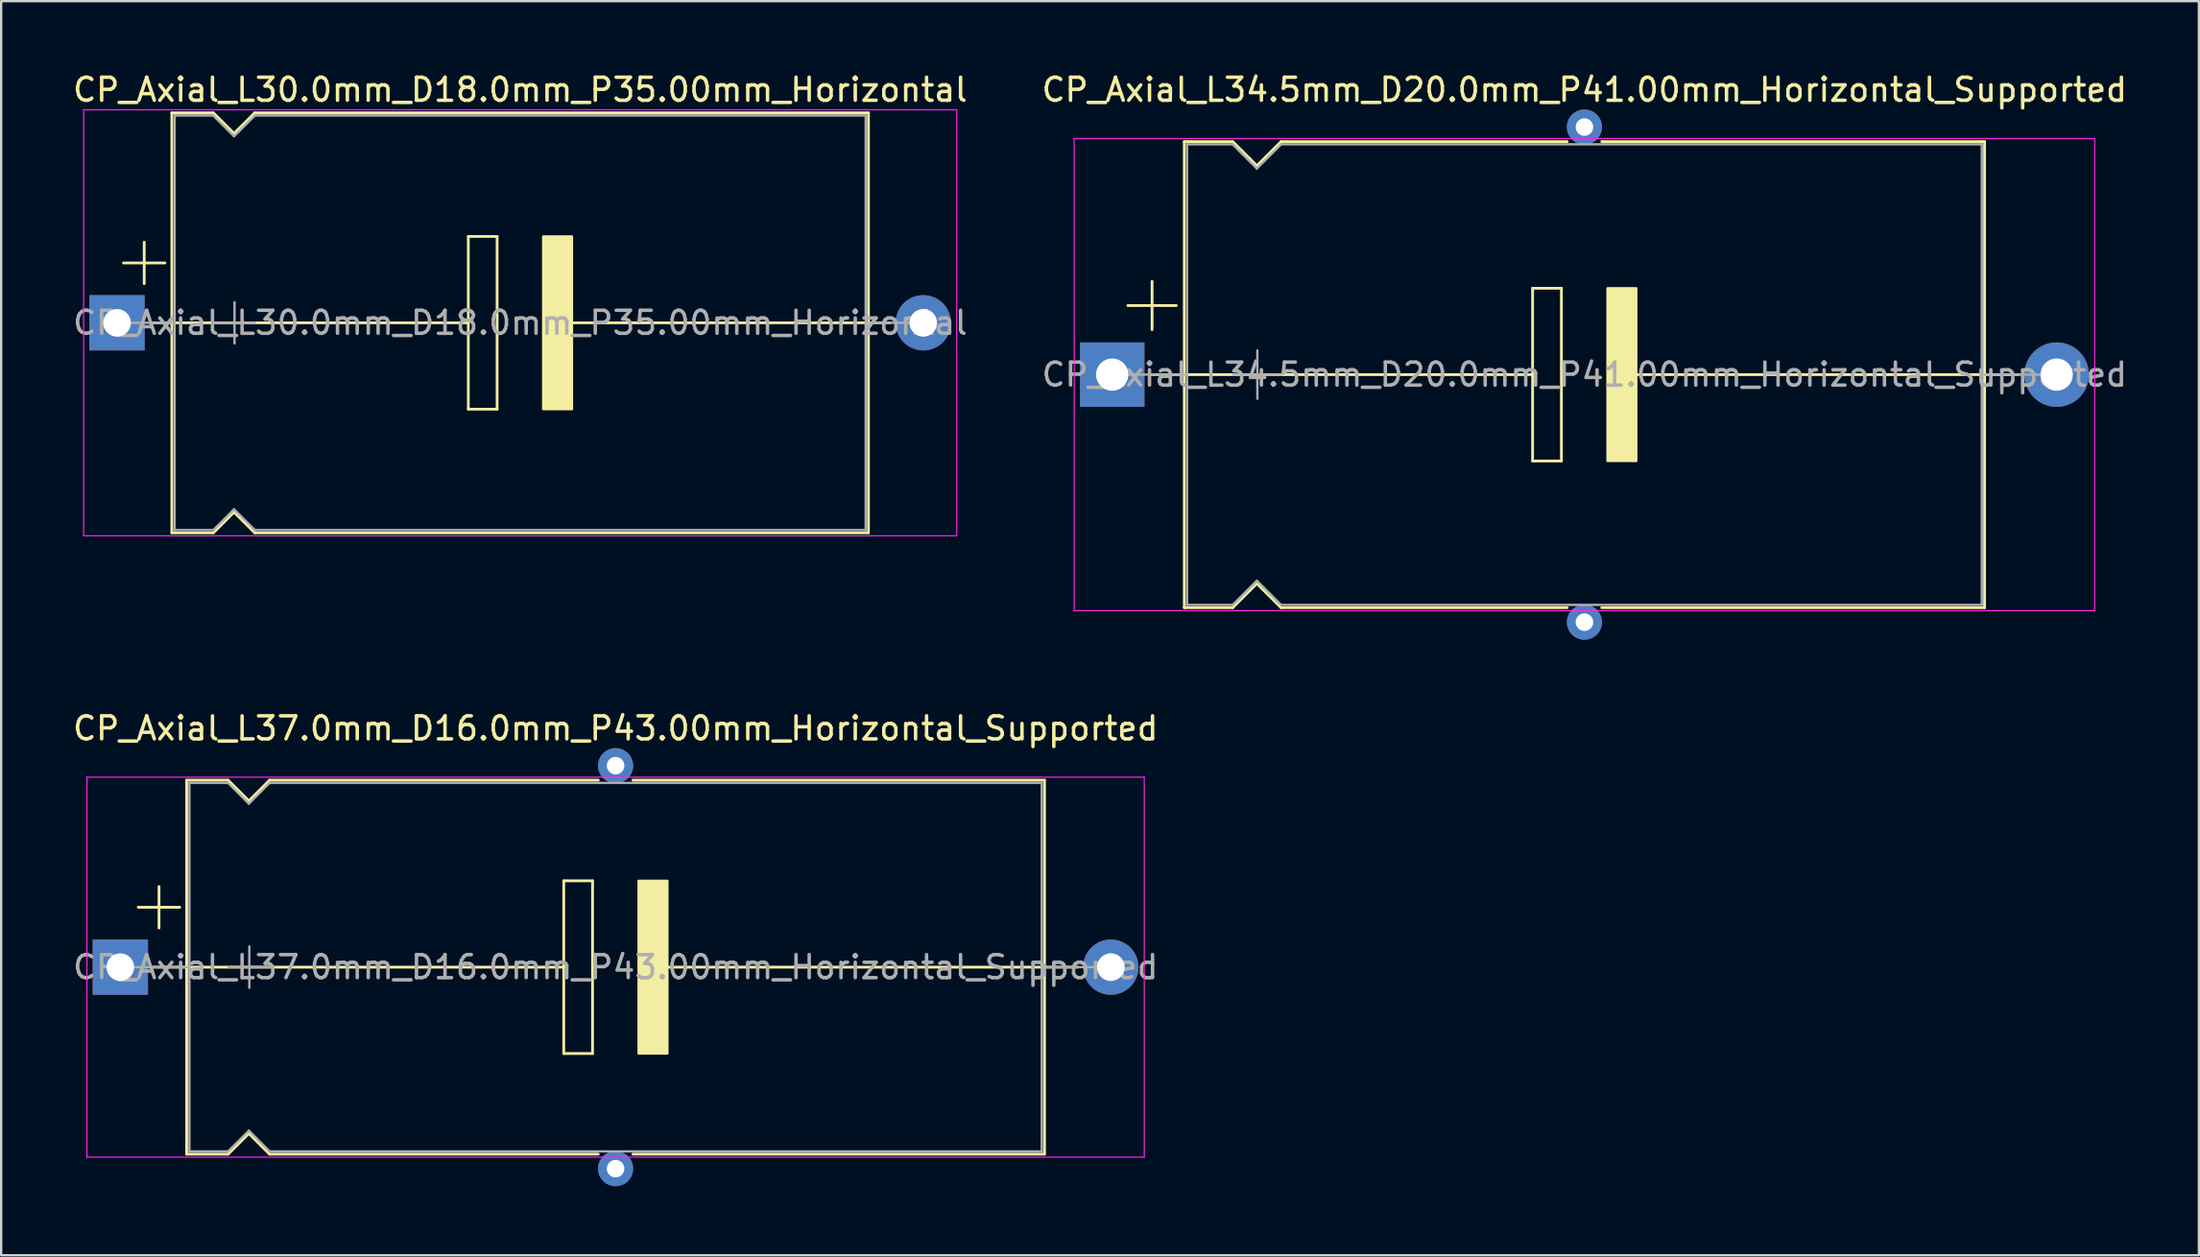
<source format=kicad_pcb>
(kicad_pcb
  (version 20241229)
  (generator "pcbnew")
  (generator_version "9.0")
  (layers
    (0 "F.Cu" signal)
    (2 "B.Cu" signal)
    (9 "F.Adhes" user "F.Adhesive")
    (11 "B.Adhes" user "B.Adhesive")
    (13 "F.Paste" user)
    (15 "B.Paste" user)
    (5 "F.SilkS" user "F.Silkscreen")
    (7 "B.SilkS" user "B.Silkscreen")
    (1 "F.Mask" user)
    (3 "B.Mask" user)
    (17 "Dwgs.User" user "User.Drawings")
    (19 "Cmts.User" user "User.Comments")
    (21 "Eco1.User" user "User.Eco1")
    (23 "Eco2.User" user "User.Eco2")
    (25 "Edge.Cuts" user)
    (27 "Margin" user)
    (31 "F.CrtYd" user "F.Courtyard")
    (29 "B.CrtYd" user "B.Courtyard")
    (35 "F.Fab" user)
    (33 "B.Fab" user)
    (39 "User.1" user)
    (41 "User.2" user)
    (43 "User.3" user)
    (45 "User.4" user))
  (footprint "CP_Axial_L34.5mm_D20.0mm_P41.00mm_Horizontal_Supported"
    (layer "F.Cu")
    (at 45.232 13.218)
    (property "Reference" "CP_Axial_L34.5mm_D20.0mm_P41.00mm_Horizontal_Supported" (at 20.5 -12.37 0) (layer "F.SilkS") (effects (font (size 1 1) (thickness 0.15))))
    (attr through_hole)
    (fp_line (start 0.68 -3) (end 2.78 -3) (stroke (width 0.12) (type solid)) (layer "F.SilkS"))
    (fp_line (start 1.64 0) (end 3.13 0) (stroke (width 0.12) (type solid)) (layer "F.SilkS"))
    (fp_line (start 1.73 -4.05) (end 1.73 -1.95) (stroke (width 0.12) (type solid)) (layer "F.SilkS"))
    (fp_line (start 3.13 -10.12) (end 3.13 10.12) (stroke (width 0.12) (type solid)) (layer "F.SilkS"))
    (fp_line (start 3.13 -10.12) (end 5.23 -10.12) (stroke (width 0.12) (type solid)) (layer "F.SilkS"))
    (fp_line (start 3.13 0) (end 18.25 0) (stroke (width 0.12) (type solid)) (layer "F.SilkS"))
    (fp_line (start 3.13 10.12) (end 5.23 10.12) (stroke (width 0.12) (type solid)) (layer "F.SilkS"))
    (fp_line (start 5.23 -10.12) (end 6.28 -9.07) (stroke (width 0.12) (type solid)) (layer "F.SilkS"))
    (fp_line (start 5.23 10.12) (end 6.28 9.07) (stroke (width 0.12) (type solid)) (layer "F.SilkS"))
    (fp_line (start 6.28 -9.07) (end 7.33 -10.12) (stroke (width 0.12) (type solid)) (layer "F.SilkS"))
    (fp_line (start 6.28 9.07) (end 7.33 10.12) (stroke (width 0.12) (type solid)) (layer "F.SilkS"))
    (fp_line (start 7.33 -10.12) (end 19.75 -10.12) (stroke (width 0.12) (type solid)) (layer "F.SilkS"))
    (fp_line (start 7.33 10.12) (end 19.75 10.12) (stroke (width 0.12) (type solid)) (layer "F.SilkS"))
    (fp_line (start 18.25 -3.75) (end 19.5 -3.75) (stroke (width 0.12) (type solid)) (layer "F.SilkS"))
    (fp_line (start 18.25 0) (end 18.25 -3.75) (stroke (width 0.12) (type solid)) (layer "F.SilkS"))
    (fp_line (start 18.25 3.75) (end 18.25 0) (stroke (width 0.12) (type solid)) (layer "F.SilkS"))
    (fp_line (start 19.5 -3.75) (end 19.5 3.75) (stroke (width 0.12) (type solid)) (layer "F.SilkS"))
    (fp_line (start 19.5 3.75) (end 18.25 3.75) (stroke (width 0.12) (type solid)) (layer "F.SilkS"))
    (fp_line (start 21.25 -10.12) (end 37.87 -10.12) (stroke (width 0.12) (type solid)) (layer "F.SilkS"))
    (fp_line (start 21.25 10.12) (end 37.87 10.12) (stroke (width 0.12) (type solid)) (layer "F.SilkS"))
    (fp_line (start 22.75 0) (end 37.87 0) (stroke (width 0.12) (type solid)) (layer "F.SilkS"))
    (fp_line (start 37.87 -10.12) (end 37.87 10.12) (stroke (width 0.12) (type solid)) (layer "F.SilkS"))
    (fp_line (start 39.36 0) (end 37.87 0) (stroke (width 0.12) (type solid)) (layer "F.SilkS"))
    (fp_poly (pts (xy 22.75 3.75) (xy 21.5 3.75) (xy 21.5 -3.75) (xy 22.75 -3.75)) (stroke (width 0.1) (type solid)) (fill yes) (layer "F.SilkS"))
    (fp_line (start -1.65 -10.25) (end -1.65 10.25) (stroke (width 0.05) (type solid)) (layer "F.CrtYd"))
    (fp_line (start -1.65 10.25) (end 42.65 10.25) (stroke (width 0.05) (type solid)) (layer "F.CrtYd"))
    (fp_line (start 42.65 -10.25) (end -1.65 -10.25) (stroke (width 0.05) (type solid)) (layer "F.CrtYd"))
    (fp_line (start 42.65 10.25) (end 42.65 -10.25) (stroke (width 0.05) (type solid)) (layer "F.CrtYd"))
    (fp_line (start 0 0) (end 3.25 0) (stroke (width 0.1) (type solid)) (layer "F.Fab"))
    (fp_line (start 3.25 -10) (end 3.25 10) (stroke (width 0.1) (type solid)) (layer "F.Fab"))
    (fp_line (start 3.25 -10) (end 5.23 -10) (stroke (width 0.1) (type solid)) (layer "F.Fab"))
    (fp_line (start 3.25 10) (end 5.23 10) (stroke (width 0.1) (type solid)) (layer "F.Fab"))
    (fp_line (start 5.23 -10) (end 6.28 -8.95) (stroke (width 0.1) (type solid)) (layer "F.Fab"))
    (fp_line (start 5.23 10) (end 6.28 8.95) (stroke (width 0.1) (type solid)) (layer "F.Fab"))
    (fp_line (start 5.25 0) (end 7.35 0) (stroke (width 0.1) (type solid)) (layer "F.Fab"))
    (fp_line (start 6.28 -8.95) (end 7.33 -10) (stroke (width 0.1) (type solid)) (layer "F.Fab"))
    (fp_line (start 6.28 8.95) (end 7.33 10) (stroke (width 0.1) (type solid)) (layer "F.Fab"))
    (fp_line (start 6.3 -1.05) (end 6.3 1.05) (stroke (width 0.1) (type solid)) (layer "F.Fab"))
    (fp_line (start 7.33 -10) (end 37.75 -10) (stroke (width 0.1) (type solid)) (layer "F.Fab"))
    (fp_line (start 7.33 10) (end 37.75 10) (stroke (width 0.1) (type solid)) (layer "F.Fab"))
    (fp_line (start 37.75 -10) (end 37.75 10) (stroke (width 0.1) (type solid)) (layer "F.Fab"))
    (fp_line (start 41 0) (end 37.75 0) (stroke (width 0.1) (type solid)) (layer "F.Fab"))
    (fp_text user "${REFERENCE}" (at 20.5 0 0) (layer "F.Fab") (effects (font (size 1 1) (thickness 0.15))))
    (pad "1" thru_hole rect (at 0 0) (size 2.8 2.8) (drill 1.4) (layers "*.Cu" "*.Mask"))
    (pad "2" thru_hole oval (at 41 0) (size 2.8 2.8) (drill 1.4) (layers "*.Cu" "*.Mask"))
    (pad "~" thru_hole circle (at 20.5 -10.75) (size 1.524 1.524) (drill 0.762) (layers "*.Cu" "*.Mask"))
    (pad "~" thru_hole circle (at 20.5 10.75) (size 1.524 1.524) (drill 0.762) (layers "*.Cu" "*.Mask")))
  (footprint "CP_Axial_L37.0mm_D16.0mm_P43.00mm_Horizontal_Supported"
    (layer "F.Cu")
    (at 2.173 38.949)
    (property "Reference" "CP_Axial_L37.0mm_D16.0mm_P43.00mm_Horizontal_Supported" (at 21.5 -10.37 0) (layer "F.SilkS") (effects (font (size 1 1) (thickness 0.15))))
    (attr through_hole)
    (fp_line (start 0.78 -2.6) (end 2.58 -2.6) (stroke (width 0.12) (type solid)) (layer "F.SilkS"))
    (fp_line (start 1.44 0) (end 2.88 0) (stroke (width 0.12) (type solid)) (layer "F.SilkS"))
    (fp_line (start 1.68 -3.5) (end 1.68 -1.7) (stroke (width 0.12) (type solid)) (layer "F.SilkS"))
    (fp_line (start 2.88 -8.12) (end 2.88 8.12) (stroke (width 0.12) (type solid)) (layer "F.SilkS"))
    (fp_line (start 2.88 -8.12) (end 4.68 -8.12) (stroke (width 0.12) (type solid)) (layer "F.SilkS"))
    (fp_line (start 2.88 0) (end 19.25 0) (stroke (width 0.12) (type solid)) (layer "F.SilkS"))
    (fp_line (start 2.88 8.12) (end 4.68 8.12) (stroke (width 0.12) (type solid)) (layer "F.SilkS"))
    (fp_line (start 4.68 -8.12) (end 5.58 -7.22) (stroke (width 0.12) (type solid)) (layer "F.SilkS"))
    (fp_line (start 4.68 8.12) (end 5.58 7.22) (stroke (width 0.12) (type solid)) (layer "F.SilkS"))
    (fp_line (start 5.58 -7.22) (end 6.48 -8.12) (stroke (width 0.12) (type solid)) (layer "F.SilkS"))
    (fp_line (start 5.58 7.22) (end 6.48 8.12) (stroke (width 0.12) (type solid)) (layer "F.SilkS"))
    (fp_line (start 6.48 -8.12) (end 20.75 -8.12) (stroke (width 0.12) (type solid)) (layer "F.SilkS"))
    (fp_line (start 6.48 8.12) (end 20.75 8.12) (stroke (width 0.12) (type solid)) (layer "F.SilkS"))
    (fp_line (start 19.25 -3.75) (end 20.5 -3.75) (stroke (width 0.12) (type solid)) (layer "F.SilkS"))
    (fp_line (start 19.25 0) (end 19.25 -3.75) (stroke (width 0.12) (type solid)) (layer "F.SilkS"))
    (fp_line (start 19.25 3.75) (end 19.25 0) (stroke (width 0.12) (type solid)) (layer "F.SilkS"))
    (fp_line (start 20.5 -3.75) (end 20.5 3.75) (stroke (width 0.12) (type solid)) (layer "F.SilkS"))
    (fp_line (start 20.5 3.75) (end 19.25 3.75) (stroke (width 0.12) (type solid)) (layer "F.SilkS"))
    (fp_line (start 22.25 -8.12) (end 40.12 -8.12) (stroke (width 0.12) (type solid)) (layer "F.SilkS"))
    (fp_line (start 22.25 8.12) (end 40.12 8.12) (stroke (width 0.12) (type solid)) (layer "F.SilkS"))
    (fp_line (start 23.75 0) (end 40.12 0) (stroke (width 0.12) (type solid)) (layer "F.SilkS"))
    (fp_line (start 40.12 -8.12) (end 40.12 8.12) (stroke (width 0.12) (type solid)) (layer "F.SilkS"))
    (fp_line (start 41.56 0) (end 40.12 0) (stroke (width 0.12) (type solid)) (layer "F.SilkS"))
    (fp_poly (pts (xy 23.75 3.75) (xy 22.5 3.75) (xy 22.5 -3.75) (xy 23.75 -3.75)) (stroke (width 0.1) (type solid)) (fill yes) (layer "F.SilkS"))
    (fp_line (start -1.45 -8.25) (end -1.45 8.25) (stroke (width 0.05) (type solid)) (layer "F.CrtYd"))
    (fp_line (start -1.45 8.25) (end 44.45 8.25) (stroke (width 0.05) (type solid)) (layer "F.CrtYd"))
    (fp_line (start 44.45 -8.25) (end -1.45 -8.25) (stroke (width 0.05) (type solid)) (layer "F.CrtYd"))
    (fp_line (start 44.45 8.25) (end 44.45 -8.25) (stroke (width 0.05) (type solid)) (layer "F.CrtYd"))
    (fp_line (start 0 0) (end 3 0) (stroke (width 0.1) (type solid)) (layer "F.Fab"))
    (fp_line (start 3 -8) (end 3 8) (stroke (width 0.1) (type solid)) (layer "F.Fab"))
    (fp_line (start 3 -8) (end 4.68 -8) (stroke (width 0.1) (type solid)) (layer "F.Fab"))
    (fp_line (start 3 8) (end 4.68 8) (stroke (width 0.1) (type solid)) (layer "F.Fab"))
    (fp_line (start 4.68 -8) (end 5.58 -7.1) (stroke (width 0.1) (type solid)) (layer "F.Fab"))
    (fp_line (start 4.68 8) (end 5.58 7.1) (stroke (width 0.1) (type solid)) (layer "F.Fab"))
    (fp_line (start 4.7 0) (end 6.5 0) (stroke (width 0.1) (type solid)) (layer "F.Fab"))
    (fp_line (start 5.58 -7.1) (end 6.48 -8) (stroke (width 0.1) (type solid)) (layer "F.Fab"))
    (fp_line (start 5.58 7.1) (end 6.48 8) (stroke (width 0.1) (type solid)) (layer "F.Fab"))
    (fp_line (start 5.6 -0.9) (end 5.6 0.9) (stroke (width 0.1) (type solid)) (layer "F.Fab"))
    (fp_line (start 6.48 -8) (end 40 -8) (stroke (width 0.1) (type solid)) (layer "F.Fab"))
    (fp_line (start 6.48 8) (end 40 8) (stroke (width 0.1) (type solid)) (layer "F.Fab"))
    (fp_line (start 40 -8) (end 40 8) (stroke (width 0.1) (type solid)) (layer "F.Fab"))
    (fp_line (start 43 0) (end 40 0) (stroke (width 0.1) (type solid)) (layer "F.Fab"))
    (fp_text user "${REFERENCE}" (at 21.5 0 0) (layer "F.Fab") (effects (font (size 1 1) (thickness 0.15))))
    (pad "1" thru_hole rect (at 0 0) (size 2.4 2.4) (drill 1.2) (layers "*.Cu" "*.Mask"))
    (pad "2" thru_hole oval (at 43 0) (size 2.4 2.4) (drill 1.2) (layers "*.Cu" "*.Mask"))
    (pad "~" thru_hole circle (at 21.5 -8.75) (size 1.524 1.524) (drill 0.762) (layers "*.Cu" "*.Mask"))
    (pad "~" thru_hole circle (at 21.5 8.75) (size 1.524 1.524) (drill 0.762) (layers "*.Cu" "*.Mask")))
  (footprint "CP_Axial_L30.0mm_D18.0mm_P35.00mm_Horizontal"
    (layer "F.Cu")
    (at 2.03 10.968)
    (property "Reference" "CP_Axial_L30.0mm_D18.0mm_P35.00mm_Horizontal" (at 17.5 -10.12 0) (layer "F.SilkS") (effects (font (size 1 1) (thickness 0.15))))
    (attr through_hole)
    (fp_line (start 0.28 -2.6) (end 2.08 -2.6) (stroke (width 0.12) (type solid)) (layer "F.SilkS"))
    (fp_line (start 1.18 -3.5) (end 1.18 -1.7) (stroke (width 0.12) (type solid)) (layer "F.SilkS"))
    (fp_line (start 1.44 0) (end 2.38 0) (stroke (width 0.12) (type solid)) (layer "F.SilkS"))
    (fp_line (start 2.38 -9.12) (end 2.38 9.12) (stroke (width 0.12) (type solid)) (layer "F.SilkS"))
    (fp_line (start 2.38 -9.12) (end 4.18 -9.12) (stroke (width 0.12) (type solid)) (layer "F.SilkS"))
    (fp_line (start 2.38 0) (end 15.25 0) (stroke (width 0.12) (type solid)) (layer "F.SilkS"))
    (fp_line (start 2.38 9.12) (end 4.18 9.12) (stroke (width 0.12) (type solid)) (layer "F.SilkS"))
    (fp_line (start 4.18 -9.12) (end 5.08 -8.22) (stroke (width 0.12) (type solid)) (layer "F.SilkS"))
    (fp_line (start 4.18 9.12) (end 5.08 8.22) (stroke (width 0.12) (type solid)) (layer "F.SilkS"))
    (fp_line (start 5.08 -8.22) (end 5.98 -9.12) (stroke (width 0.12) (type solid)) (layer "F.SilkS"))
    (fp_line (start 5.08 8.22) (end 5.98 9.12) (stroke (width 0.12) (type solid)) (layer "F.SilkS"))
    (fp_line (start 5.98 -9.12) (end 32.62 -9.12) (stroke (width 0.12) (type solid)) (layer "F.SilkS"))
    (fp_line (start 5.98 9.12) (end 32.62 9.12) (stroke (width 0.12) (type solid)) (layer "F.SilkS"))
    (fp_line (start 15.25 -3.75) (end 16.5 -3.75) (stroke (width 0.12) (type solid)) (layer "F.SilkS"))
    (fp_line (start 15.25 0) (end 15.25 -3.75) (stroke (width 0.12) (type solid)) (layer "F.SilkS"))
    (fp_line (start 15.25 3.75) (end 15.25 0) (stroke (width 0.12) (type solid)) (layer "F.SilkS"))
    (fp_line (start 16.5 -3.75) (end 16.5 3.75) (stroke (width 0.12) (type solid)) (layer "F.SilkS"))
    (fp_line (start 16.5 3.75) (end 15.25 3.75) (stroke (width 0.12) (type solid)) (layer "F.SilkS"))
    (fp_line (start 19.75 0) (end 32.62 0) (stroke (width 0.12) (type solid)) (layer "F.SilkS"))
    (fp_line (start 32.62 -9.12) (end 32.62 9.12) (stroke (width 0.12) (type solid)) (layer "F.SilkS"))
    (fp_line (start 33.56 0) (end 32.62 0) (stroke (width 0.12) (type solid)) (layer "F.SilkS"))
    (fp_poly (pts (xy 19.75 3.75) (xy 18.5 3.75) (xy 18.5 -3.75) (xy 19.75 -3.75)) (stroke (width 0.1) (type solid)) (fill yes) (layer "F.SilkS"))
    (fp_line (start -1.45 -9.25) (end -1.45 9.25) (stroke (width 0.05) (type solid)) (layer "F.CrtYd"))
    (fp_line (start -1.45 9.25) (end 36.45 9.25) (stroke (width 0.05) (type solid)) (layer "F.CrtYd"))
    (fp_line (start 36.45 -9.25) (end -1.45 -9.25) (stroke (width 0.05) (type solid)) (layer "F.CrtYd"))
    (fp_line (start 36.45 9.25) (end 36.45 -9.25) (stroke (width 0.05) (type solid)) (layer "F.CrtYd"))
    (fp_line (start 0 0) (end 2.5 0) (stroke (width 0.1) (type solid)) (layer "F.Fab"))
    (fp_line (start 2.5 -9) (end 2.5 9) (stroke (width 0.1) (type solid)) (layer "F.Fab"))
    (fp_line (start 2.5 -9) (end 4.18 -9) (stroke (width 0.1) (type solid)) (layer "F.Fab"))
    (fp_line (start 2.5 9) (end 4.18 9) (stroke (width 0.1) (type solid)) (layer "F.Fab"))
    (fp_line (start 4.18 -9) (end 5.08 -8.1) (stroke (width 0.1) (type solid)) (layer "F.Fab"))
    (fp_line (start 4.18 9) (end 5.08 8.1) (stroke (width 0.1) (type solid)) (layer "F.Fab"))
    (fp_line (start 4.2 0) (end 6 0) (stroke (width 0.1) (type solid)) (layer "F.Fab"))
    (fp_line (start 5.08 -8.1) (end 5.98 -9) (stroke (width 0.1) (type solid)) (layer "F.Fab"))
    (fp_line (start 5.08 8.1) (end 5.98 9) (stroke (width 0.1) (type solid)) (layer "F.Fab"))
    (fp_line (start 5.1 -0.9) (end 5.1 0.9) (stroke (width 0.1) (type solid)) (layer "F.Fab"))
    (fp_line (start 5.98 -9) (end 32.5 -9) (stroke (width 0.1) (type solid)) (layer "F.Fab"))
    (fp_line (start 5.98 9) (end 32.5 9) (stroke (width 0.1) (type solid)) (layer "F.Fab"))
    (fp_line (start 32.5 -9) (end 32.5 9) (stroke (width 0.1) (type solid)) (layer "F.Fab"))
    (fp_line (start 35 0) (end 32.5 0) (stroke (width 0.1) (type solid)) (layer "F.Fab"))
    (fp_text user "${REFERENCE}" (at 17.5 0 0) (layer "F.Fab") (effects (font (size 1 1) (thickness 0.15))))
    (pad "1" thru_hole rect (at 0 0) (size 2.4 2.4) (drill 1.2) (layers "*.Cu" "*.Mask"))
    (pad "2" thru_hole oval (at 35 0) (size 2.4 2.4) (drill 1.2) (layers "*.Cu" "*.Mask")))
  (gr_rect
    (start -3 -3)
    (end 92.405 51.461)
    (stroke (width 0.1) (type default))
    (fill no)
    (layer "Edge.Cuts")))
</source>
